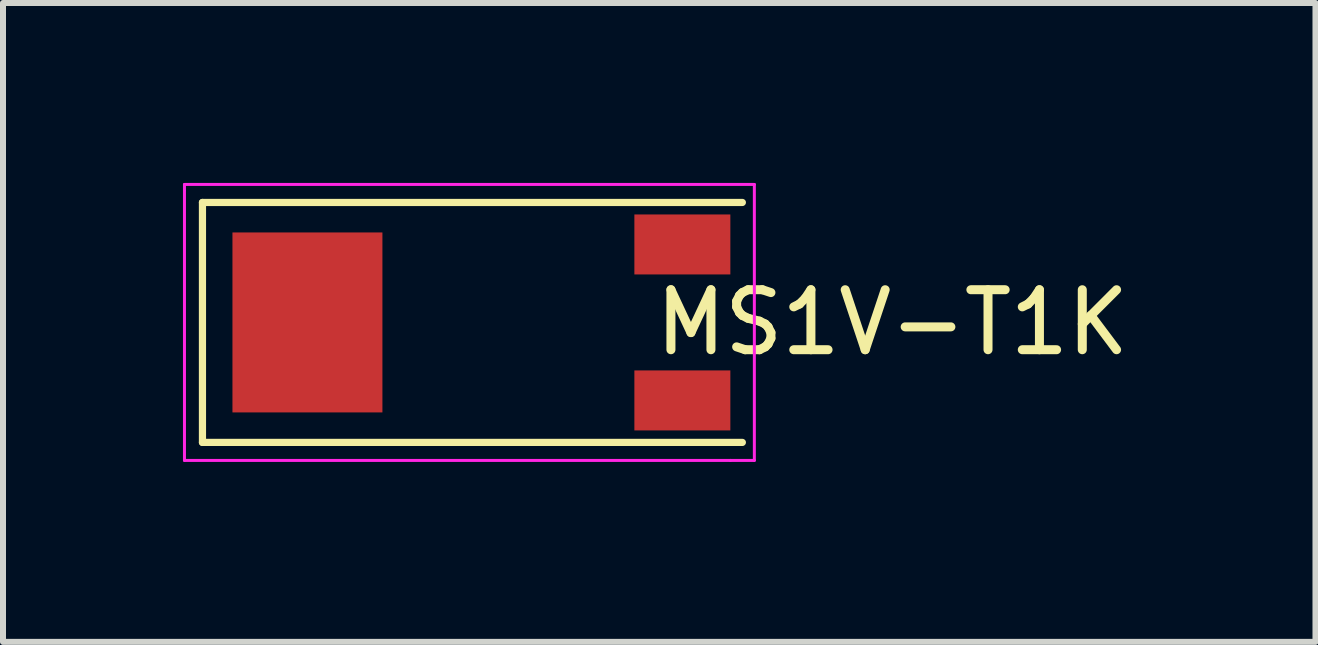
<source format=kicad_pcb>
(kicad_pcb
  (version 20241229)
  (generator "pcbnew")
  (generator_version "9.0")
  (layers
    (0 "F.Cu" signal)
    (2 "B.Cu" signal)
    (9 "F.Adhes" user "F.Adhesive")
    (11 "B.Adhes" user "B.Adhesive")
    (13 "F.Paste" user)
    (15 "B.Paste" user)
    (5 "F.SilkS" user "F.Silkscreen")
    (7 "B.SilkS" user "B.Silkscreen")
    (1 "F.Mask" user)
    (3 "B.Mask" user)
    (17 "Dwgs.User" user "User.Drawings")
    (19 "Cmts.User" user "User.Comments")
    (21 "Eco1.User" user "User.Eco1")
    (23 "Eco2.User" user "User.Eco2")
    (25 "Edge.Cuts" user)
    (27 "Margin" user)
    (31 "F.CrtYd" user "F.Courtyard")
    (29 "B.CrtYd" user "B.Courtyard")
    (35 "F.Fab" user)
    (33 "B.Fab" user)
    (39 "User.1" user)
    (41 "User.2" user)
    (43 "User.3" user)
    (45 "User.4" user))
  (footprint "MS1V-T1K"
    (layer "F.Cu")
    (at 3.325 2.325)
    (property "Reference" "MS1V-T1K" (at 8.5 0 0) (layer "F.SilkS") (effects (font (size 1 1) (thickness 0.15))))
    (attr through_hole)
    (fp_line (start -3 -2) (end -3 2) (stroke (width 0.12) (type solid)) (layer "F.SilkS"))
    (fp_line (start -3 2) (end 6 2) (stroke (width 0.12) (type solid)) (layer "F.SilkS"))
    (fp_line (start 6 -2) (end -3 -2) (stroke (width 0.12) (type solid)) (layer "F.SilkS"))
    (fp_line (start -3.3 -2.3) (end 6.2 -2.3) (stroke (width 0.05) (type solid)) (layer "F.CrtYd"))
    (fp_line (start -3.3 -2.2) (end -3.3 -2.3) (stroke (width 0.05) (type solid)) (layer "F.CrtYd"))
    (fp_line (start -3.3 2.3) (end -3.3 -2.2) (stroke (width 0.05) (type solid)) (layer "F.CrtYd"))
    (fp_line (start 5.8 2.3) (end -3.3 2.3) (stroke (width 0.05) (type solid)) (layer "F.CrtYd"))
    (fp_line (start 6.2 -2.3) (end 6.2 2.3) (stroke (width 0.05) (type solid)) (layer "F.CrtYd"))
    (fp_line (start 6.2 2.3) (end 5.8 2.3) (stroke (width 0.05) (type solid)) (layer "F.CrtYd"))
    (pad "" smd rect (at -1.25 0) (size 2.5 3) (layers "F.Cu" "F.Mask" "F.Paste"))
    (pad "1" smd rect (at 5 -1.3) (size 1.6 1) (layers "F.Cu" "F.Mask" "F.Paste"))
    (pad "2" smd rect (at 5 1.3) (size 1.6 1) (layers "F.Cu" "F.Mask" "F.Paste")))
  (gr_rect
    (start -3 -3)
    (end 18.879 7.65)
    (stroke (width 0.1) (type default))
    (fill no)
    (layer "Edge.Cuts")))
</source>
